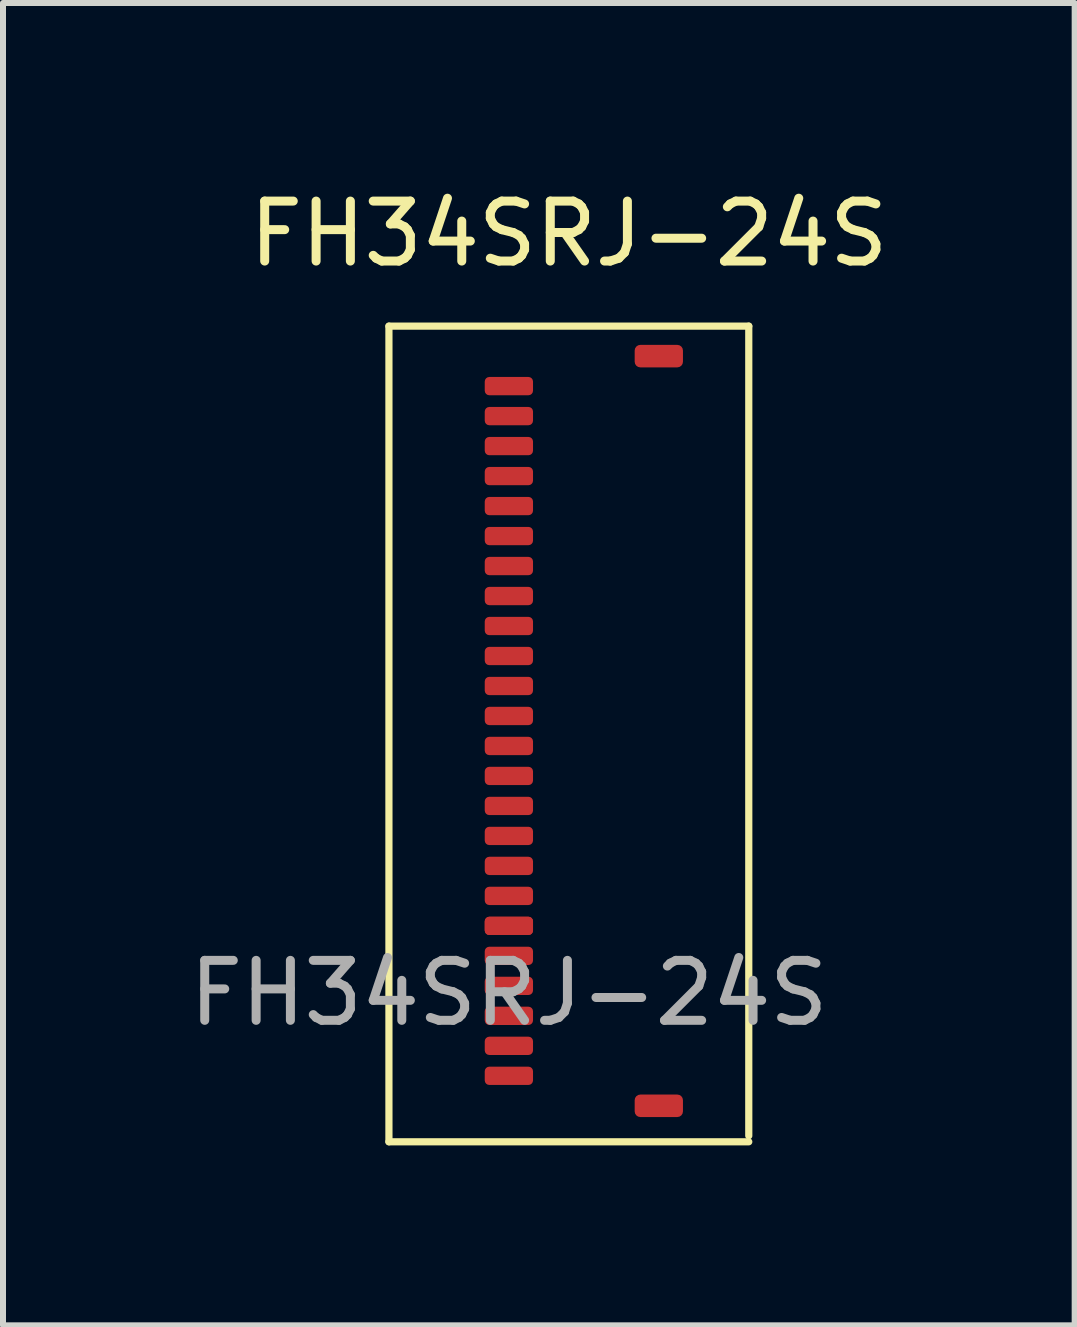
<source format=kicad_pcb>
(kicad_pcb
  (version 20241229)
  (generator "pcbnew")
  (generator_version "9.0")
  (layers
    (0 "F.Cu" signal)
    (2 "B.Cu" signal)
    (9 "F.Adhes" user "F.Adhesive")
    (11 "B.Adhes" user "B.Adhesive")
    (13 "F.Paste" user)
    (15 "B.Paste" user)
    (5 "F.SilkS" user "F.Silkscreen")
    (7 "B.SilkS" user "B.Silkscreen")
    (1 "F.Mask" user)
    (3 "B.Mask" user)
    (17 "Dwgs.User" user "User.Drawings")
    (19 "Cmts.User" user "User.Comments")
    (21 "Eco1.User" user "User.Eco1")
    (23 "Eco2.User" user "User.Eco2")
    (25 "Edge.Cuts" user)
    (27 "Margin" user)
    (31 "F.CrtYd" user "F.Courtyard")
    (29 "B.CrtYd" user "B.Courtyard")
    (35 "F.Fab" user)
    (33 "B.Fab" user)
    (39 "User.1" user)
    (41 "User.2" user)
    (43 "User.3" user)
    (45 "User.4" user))
  (footprint "FH34SRJ-24S"
    (layer "F.Cu")
    (at 5.435 8.428)
    (property "Reference" "FH34SRJ-24S" (at 1 -7.58 0) (unlocked yes) (layer "F.SilkS") (effects (font (size 1 1) (thickness 0.15))))
    (attr smd)
    (fp_line (start -2 -6.04) (end 4 -6.04) (stroke (width 0.12) (type solid)) (layer "F.SilkS"))
    (fp_line (start -2 7.56) (end -2 -6.04) (stroke (width 0.12) (type solid)) (layer "F.SilkS"))
    (fp_line (start 4 -6.04) (end 4 7.46) (stroke (width 0.12) (type solid)) (layer "F.SilkS"))
    (fp_line (start 4 7.56) (end -2 7.56) (stroke (width 0.12) (type solid)) (layer "F.SilkS"))
    (fp_text user "${REFERENCE}" (at 0 5.08 0) (unlocked yes) (layer "F.Fab") (effects (font (size 1 1) (thickness 0.15))))
    (pad "1" smd roundrect (at 0 -5.04) (size 0.805 0.305) (layers "F.Cu" "F.Mask" "F.Paste") (roundrect_rratio 0.25))
    (pad "2" smd roundrect (at 0 -4.54) (size 0.805 0.305) (layers "F.Cu" "F.Mask" "F.Paste") (roundrect_rratio 0.25))
    (pad "3" smd roundrect (at 0 -4.04) (size 0.805 0.305) (layers "F.Cu" "F.Mask" "F.Paste") (roundrect_rratio 0.25))
    (pad "4" smd roundrect (at 0 -3.54) (size 0.805 0.305) (layers "F.Cu" "F.Mask" "F.Paste") (roundrect_rratio 0.25))
    (pad "5" smd roundrect (at 0 -3.04) (size 0.805 0.305) (layers "F.Cu" "F.Mask" "F.Paste") (roundrect_rratio 0.25))
    (pad "6" smd roundrect (at 0 -2.54) (size 0.805 0.305) (layers "F.Cu" "F.Mask" "F.Paste") (roundrect_rratio 0.25))
    (pad "7" smd roundrect (at 0 -2.04) (size 0.805 0.305) (layers "F.Cu" "F.Mask" "F.Paste") (roundrect_rratio 0.25))
    (pad "8" smd roundrect (at 0 -1.54) (size 0.805 0.305) (layers "F.Cu" "F.Mask" "F.Paste") (roundrect_rratio 0.25))
    (pad "9" smd roundrect (at 0 -1.04) (size 0.805 0.305) (layers "F.Cu" "F.Mask" "F.Paste") (roundrect_rratio 0.25))
    (pad "10" smd roundrect (at 0 -0.54) (size 0.805 0.305) (layers "F.Cu" "F.Mask" "F.Paste") (roundrect_rratio 0.25))
    (pad "11" smd roundrect (at 0 -0.04) (size 0.805 0.305) (layers "F.Cu" "F.Mask" "F.Paste") (roundrect_rratio 0.25))
    (pad "12" smd roundrect (at 0 0.46) (size 0.805 0.305) (layers "F.Cu" "F.Mask" "F.Paste") (roundrect_rratio 0.25))
    (pad "13" smd roundrect (at 0 0.96) (size 0.805 0.305) (layers "F.Cu" "F.Mask" "F.Paste") (roundrect_rratio 0.25))
    (pad "14" smd roundrect (at 0 1.46) (size 0.805 0.305) (layers "F.Cu" "F.Mask" "F.Paste") (roundrect_rratio 0.25))
    (pad "15" smd roundrect (at 0 1.96) (size 0.805 0.305) (layers "F.Cu" "F.Mask" "F.Paste") (roundrect_rratio 0.25))
    (pad "16" smd roundrect (at 0 2.46) (size 0.805 0.305) (layers "F.Cu" "F.Mask" "F.Paste") (roundrect_rratio 0.25))
    (pad "17" smd roundrect (at 0 2.96) (size 0.805 0.305) (layers "F.Cu" "F.Mask" "F.Paste") (roundrect_rratio 0.25))
    (pad "18" smd roundrect (at 0 3.46) (size 0.805 0.305) (layers "F.Cu" "F.Mask" "F.Paste") (roundrect_rratio 0.25))
    (pad "19" smd roundrect (at 0 3.96) (size 0.805 0.305) (layers "F.Cu" "F.Mask" "F.Paste") (roundrect_rratio 0.25))
    (pad "20" smd roundrect (at 0 3.96) (size 0.805 0.305) (layers "F.Cu" "F.Mask" "F.Paste") (roundrect_rratio 0.25))
    (pad "20" smd roundrect (at 0 4.46) (size 0.805 0.305) (layers "F.Cu" "F.Mask" "F.Paste") (roundrect_rratio 0.25))
    (pad "21" smd roundrect (at 0 4.96) (size 0.805 0.305) (layers "F.Cu" "F.Mask" "F.Paste") (roundrect_rratio 0.25))
    (pad "22" smd roundrect (at 0 5.46) (size 0.805 0.305) (layers "F.Cu" "F.Mask" "F.Paste") (roundrect_rratio 0.25))
    (pad "23" smd roundrect (at 0 5.96) (size 0.805 0.305) (layers "F.Cu" "F.Mask" "F.Paste") (roundrect_rratio 0.25))
    (pad "24" smd roundrect (at 0 6.46) (size 0.805 0.305) (layers "F.Cu" "F.Mask" "F.Paste") (roundrect_rratio 0.25))
    (pad "MP" smd roundrect (at 2.5 -5.54) (size 0.805 0.375) (layers "F.Cu" "F.Mask" "F.Paste") (roundrect_rratio 0.25))
    (pad "MP" smd roundrect (at 2.5 6.96) (size 0.805 0.375) (layers "F.Cu" "F.Mask" "F.Paste") (roundrect_rratio 0.25)))
  (gr_rect
    (start -3 -3)
    (end 14.869 19.048)
    (stroke (width 0.1) (type default))
    (fill no)
    (layer "Edge.Cuts")))
</source>
